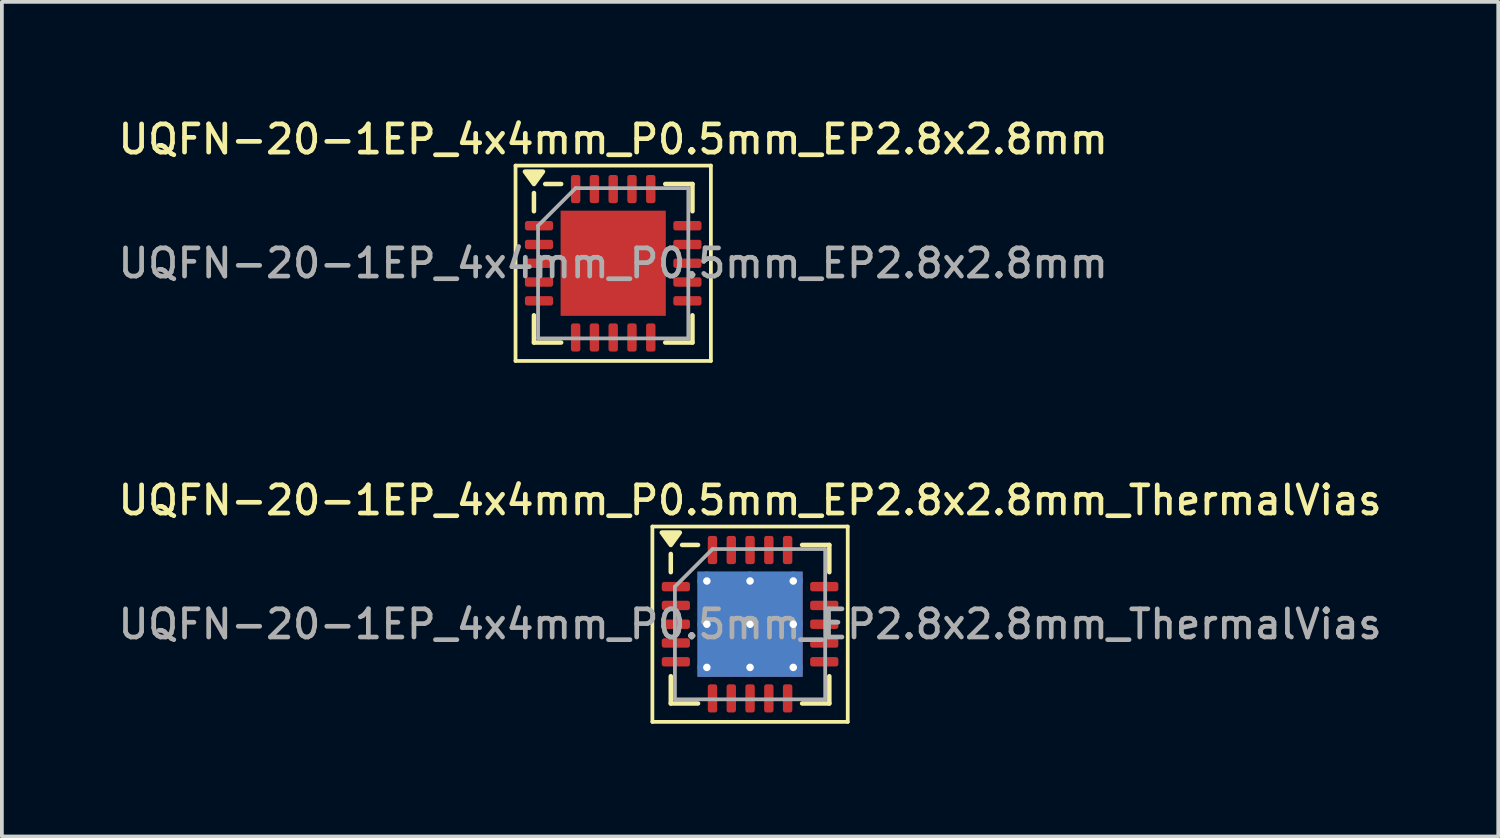
<source format=kicad_pcb>
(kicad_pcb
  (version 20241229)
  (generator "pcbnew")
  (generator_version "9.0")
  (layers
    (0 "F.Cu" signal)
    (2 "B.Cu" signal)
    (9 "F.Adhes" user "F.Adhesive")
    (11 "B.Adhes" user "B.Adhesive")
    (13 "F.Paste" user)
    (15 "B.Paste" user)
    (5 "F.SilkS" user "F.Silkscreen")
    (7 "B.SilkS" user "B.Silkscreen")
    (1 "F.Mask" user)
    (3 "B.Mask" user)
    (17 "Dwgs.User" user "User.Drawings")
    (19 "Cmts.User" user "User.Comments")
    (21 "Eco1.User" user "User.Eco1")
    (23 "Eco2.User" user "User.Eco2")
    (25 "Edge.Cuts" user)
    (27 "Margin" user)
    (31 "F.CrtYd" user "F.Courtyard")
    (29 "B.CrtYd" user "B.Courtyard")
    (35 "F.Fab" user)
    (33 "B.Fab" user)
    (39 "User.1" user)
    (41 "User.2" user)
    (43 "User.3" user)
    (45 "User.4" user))
  (footprint "UQFN-20-1EP_4x4mm_P0.5mm_EP2.8x2.8mm"
    (layer "F.Cu")
    (at 13.273 3.958)
    (property "Reference" "UQFN-20-1EP_4x4mm_P0.5mm_EP2.8x2.8mm" (at 0 -3.3 0) (layer "F.SilkS") (effects (font (size 0.75 0.75) (thickness 0.125))))
    (attr smd)
    (fp_line (start -2.6 -2.6) (end -2.6 2.6) (stroke (width 0.1) (type solid)) (layer "F.SilkS"))
    (fp_line (start -2.6 2.6) (end 2.6 2.6) (stroke (width 0.1) (type solid)) (layer "F.SilkS"))
    (fp_line (start -2.11 -1.385) (end -2.11 -1.87) (stroke (width 0.12) (type solid)) (layer "F.SilkS"))
    (fp_line (start -2.11 2.11) (end -2.11 1.385) (stroke (width 0.12) (type solid)) (layer "F.SilkS"))
    (fp_line (start -1.385 -2.11) (end -1.81 -2.11) (stroke (width 0.12) (type solid)) (layer "F.SilkS"))
    (fp_line (start -1.385 2.11) (end -2.11 2.11) (stroke (width 0.12) (type solid)) (layer "F.SilkS"))
    (fp_line (start 1.385 -2.11) (end 2.11 -2.11) (stroke (width 0.12) (type solid)) (layer "F.SilkS"))
    (fp_line (start 1.385 2.11) (end 2.11 2.11) (stroke (width 0.12) (type solid)) (layer "F.SilkS"))
    (fp_line (start 2.11 -2.11) (end 2.11 -1.385) (stroke (width 0.12) (type solid)) (layer "F.SilkS"))
    (fp_line (start 2.11 2.11) (end 2.11 1.385) (stroke (width 0.12) (type solid)) (layer "F.SilkS"))
    (fp_line (start 2.6 -2.6) (end -2.6 -2.6) (stroke (width 0.1) (type solid)) (layer "F.SilkS"))
    (fp_line (start 2.6 2.6) (end 2.6 -2.6) (stroke (width 0.1) (type solid)) (layer "F.SilkS"))
    (fp_poly (pts (xy -2.11 -2.11) (xy -2.35 -2.44) (xy -1.87 -2.44) (xy -2.11 -2.11)) (stroke (width 0.12) (type solid)) (fill yes) (layer "F.SilkS"))
    (fp_line (start -2 -1) (end -1 -2) (stroke (width 0.1) (type solid)) (layer "F.Fab"))
    (fp_line (start -2 2) (end -2 -1) (stroke (width 0.1) (type solid)) (layer "F.Fab"))
    (fp_line (start -1 -2) (end 2 -2) (stroke (width 0.1) (type solid)) (layer "F.Fab"))
    (fp_line (start 2 -2) (end 2 2) (stroke (width 0.1) (type solid)) (layer "F.Fab"))
    (fp_line (start 2 2) (end -2 2) (stroke (width 0.1) (type solid)) (layer "F.Fab"))
    (fp_text user "${REFERENCE}" (at 0 0 0) (layer "F.Fab") (effects (font (size 0.75 0.75) (thickness 0.125))))
    (pad "" smd roundrect (at -0.7 -0.7) (size 1.13 1.13) (layers "F.Paste") (roundrect_rratio 0.221))
    (pad "" smd roundrect (at -0.7 0.7) (size 1.13 1.13) (layers "F.Paste") (roundrect_rratio 0.221))
    (pad "" smd roundrect (at 0.7 -0.7) (size 1.13 1.13) (layers "F.Paste") (roundrect_rratio 0.221))
    (pad "" smd roundrect (at 0.7 0.7) (size 1.13 1.13) (layers "F.Paste") (roundrect_rratio 0.221))
    (pad "1" smd roundrect (at -1.975 -1) (size 0.75 0.25) (layers "F.Cu" "F.Mask" "F.Paste") (roundrect_rratio 0.25))
    (pad "2" smd roundrect (at -1.975 -0.5) (size 0.75 0.25) (layers "F.Cu" "F.Mask" "F.Paste") (roundrect_rratio 0.25))
    (pad "3" smd roundrect (at -1.975 0) (size 0.75 0.25) (layers "F.Cu" "F.Mask" "F.Paste") (roundrect_rratio 0.25))
    (pad "4" smd roundrect (at -1.975 0.5) (size 0.75 0.25) (layers "F.Cu" "F.Mask" "F.Paste") (roundrect_rratio 0.25))
    (pad "5" smd roundrect (at -1.975 1) (size 0.75 0.25) (layers "F.Cu" "F.Mask" "F.Paste") (roundrect_rratio 0.25))
    (pad "6" smd roundrect (at -1 1.975) (size 0.25 0.75) (layers "F.Cu" "F.Mask" "F.Paste") (roundrect_rratio 0.25))
    (pad "7" smd roundrect (at -0.5 1.975) (size 0.25 0.75) (layers "F.Cu" "F.Mask" "F.Paste") (roundrect_rratio 0.25))
    (pad "8" smd roundrect (at 0 1.975) (size 0.25 0.75) (layers "F.Cu" "F.Mask" "F.Paste") (roundrect_rratio 0.25))
    (pad "9" smd roundrect (at 0.5 1.975) (size 0.25 0.75) (layers "F.Cu" "F.Mask" "F.Paste") (roundrect_rratio 0.25))
    (pad "10" smd roundrect (at 1 1.975) (size 0.25 0.75) (layers "F.Cu" "F.Mask" "F.Paste") (roundrect_rratio 0.25))
    (pad "11" smd roundrect (at 1.975 1) (size 0.75 0.25) (layers "F.Cu" "F.Mask" "F.Paste") (roundrect_rratio 0.25))
    (pad "12" smd roundrect (at 1.975 0.5) (size 0.75 0.25) (layers "F.Cu" "F.Mask" "F.Paste") (roundrect_rratio 0.25))
    (pad "13" smd roundrect (at 1.975 0) (size 0.75 0.25) (layers "F.Cu" "F.Mask" "F.Paste") (roundrect_rratio 0.25))
    (pad "14" smd roundrect (at 1.975 -0.5) (size 0.75 0.25) (layers "F.Cu" "F.Mask" "F.Paste") (roundrect_rratio 0.25))
    (pad "15" smd roundrect (at 1.975 -1) (size 0.75 0.25) (layers "F.Cu" "F.Mask" "F.Paste") (roundrect_rratio 0.25))
    (pad "16" smd roundrect (at 1 -1.975) (size 0.25 0.75) (layers "F.Cu" "F.Mask" "F.Paste") (roundrect_rratio 0.25))
    (pad "17" smd roundrect (at 0.5 -1.975) (size 0.25 0.75) (layers "F.Cu" "F.Mask" "F.Paste") (roundrect_rratio 0.25))
    (pad "18" smd roundrect (at 0 -1.975) (size 0.25 0.75) (layers "F.Cu" "F.Mask" "F.Paste") (roundrect_rratio 0.25))
    (pad "19" smd roundrect (at -0.5 -1.975) (size 0.25 0.75) (layers "F.Cu" "F.Mask" "F.Paste") (roundrect_rratio 0.25))
    (pad "20" smd roundrect (at -1 -1.975) (size 0.25 0.75) (layers "F.Cu" "F.Mask" "F.Paste") (roundrect_rratio 0.25))
    (pad "21" smd rect (at 0 0) (size 2.8 2.8) (property pad_prop_heatsink) (layers "F.Cu" "F.Mask")))
  (footprint "UQFN-20-1EP_4x4mm_P0.5mm_EP2.8x2.8mm_ThermalVias"
    (layer "F.Cu")
    (at 16.916 13.566)
    (property "Reference" "UQFN-20-1EP_4x4mm_P0.5mm_EP2.8x2.8mm_ThermalVias" (at 0 -3.3 0) (layer "F.SilkS") (effects (font (size 0.75 0.75) (thickness 0.125))))
    (attr smd)
    (fp_line (start -2.6 -2.6) (end -2.6 2.6) (stroke (width 0.1) (type solid)) (layer "F.SilkS"))
    (fp_line (start -2.6 2.6) (end 2.6 2.6) (stroke (width 0.1) (type solid)) (layer "F.SilkS"))
    (fp_line (start -2.11 -1.385) (end -2.11 -1.87) (stroke (width 0.12) (type solid)) (layer "F.SilkS"))
    (fp_line (start -2.11 2.11) (end -2.11 1.385) (stroke (width 0.12) (type solid)) (layer "F.SilkS"))
    (fp_line (start -1.385 -2.11) (end -1.81 -2.11) (stroke (width 0.12) (type solid)) (layer "F.SilkS"))
    (fp_line (start -1.385 2.11) (end -2.11 2.11) (stroke (width 0.12) (type solid)) (layer "F.SilkS"))
    (fp_line (start 1.385 -2.11) (end 2.11 -2.11) (stroke (width 0.12) (type solid)) (layer "F.SilkS"))
    (fp_line (start 1.385 2.11) (end 2.11 2.11) (stroke (width 0.12) (type solid)) (layer "F.SilkS"))
    (fp_line (start 2.11 -2.11) (end 2.11 -1.385) (stroke (width 0.12) (type solid)) (layer "F.SilkS"))
    (fp_line (start 2.11 2.11) (end 2.11 1.385) (stroke (width 0.12) (type solid)) (layer "F.SilkS"))
    (fp_line (start 2.6 -2.6) (end -2.6 -2.6) (stroke (width 0.1) (type solid)) (layer "F.SilkS"))
    (fp_line (start 2.6 2.6) (end 2.6 -2.6) (stroke (width 0.1) (type solid)) (layer "F.SilkS"))
    (fp_poly (pts (xy -2.11 -2.11) (xy -2.35 -2.44) (xy -1.87 -2.44) (xy -2.11 -2.11)) (stroke (width 0.12) (type solid)) (fill yes) (layer "F.SilkS"))
    (fp_line (start -2 -1) (end -1 -2) (stroke (width 0.1) (type solid)) (layer "F.Fab"))
    (fp_line (start -2 2) (end -2 -1) (stroke (width 0.1) (type solid)) (layer "F.Fab"))
    (fp_line (start -1 -2) (end 2 -2) (stroke (width 0.1) (type solid)) (layer "F.Fab"))
    (fp_line (start 2 -2) (end 2 2) (stroke (width 0.1) (type solid)) (layer "F.Fab"))
    (fp_line (start 2 2) (end -2 2) (stroke (width 0.1) (type solid)) (layer "F.Fab"))
    (fp_text user "${REFERENCE}" (at 0 0 0) (layer "F.Fab") (effects (font (size 0.75 0.75) (thickness 0.125))))
    (pad "" smd roundrect (at -0.7 -0.7) (size 1.17 1.17) (layers "F.Paste") (roundrect_rratio 0.214))
    (pad "" smd roundrect (at -0.7 0.7) (size 1.17 1.17) (layers "F.Paste") (roundrect_rratio 0.214))
    (pad "" smd roundrect (at 0.7 -0.7) (size 1.17 1.17) (layers "F.Paste") (roundrect_rratio 0.214))
    (pad "" smd roundrect (at 0.7 0.7) (size 1.17 1.17) (layers "F.Paste") (roundrect_rratio 0.214))
    (pad "1" smd roundrect (at -1.975 -1) (size 0.75 0.25) (layers "F.Cu" "F.Mask" "F.Paste") (roundrect_rratio 0.25))
    (pad "2" smd roundrect (at -1.975 -0.5) (size 0.75 0.25) (layers "F.Cu" "F.Mask" "F.Paste") (roundrect_rratio 0.25))
    (pad "3" smd roundrect (at -1.975 0) (size 0.75 0.25) (layers "F.Cu" "F.Mask" "F.Paste") (roundrect_rratio 0.25))
    (pad "4" smd roundrect (at -1.975 0.5) (size 0.75 0.25) (layers "F.Cu" "F.Mask" "F.Paste") (roundrect_rratio 0.25))
    (pad "5" smd roundrect (at -1.975 1) (size 0.75 0.25) (layers "F.Cu" "F.Mask" "F.Paste") (roundrect_rratio 0.25))
    (pad "6" smd roundrect (at -1 1.975) (size 0.25 0.75) (layers "F.Cu" "F.Mask" "F.Paste") (roundrect_rratio 0.25))
    (pad "7" smd roundrect (at -0.5 1.975) (size 0.25 0.75) (layers "F.Cu" "F.Mask" "F.Paste") (roundrect_rratio 0.25))
    (pad "8" smd roundrect (at 0 1.975) (size 0.25 0.75) (layers "F.Cu" "F.Mask" "F.Paste") (roundrect_rratio 0.25))
    (pad "9" smd roundrect (at 0.5 1.975) (size 0.25 0.75) (layers "F.Cu" "F.Mask" "F.Paste") (roundrect_rratio 0.25))
    (pad "10" smd roundrect (at 1 1.975) (size 0.25 0.75) (layers "F.Cu" "F.Mask" "F.Paste") (roundrect_rratio 0.25))
    (pad "11" smd roundrect (at 1.975 1) (size 0.75 0.25) (layers "F.Cu" "F.Mask" "F.Paste") (roundrect_rratio 0.25))
    (pad "12" smd roundrect (at 1.975 0.5) (size 0.75 0.25) (layers "F.Cu" "F.Mask" "F.Paste") (roundrect_rratio 0.25))
    (pad "13" smd roundrect (at 1.975 0) (size 0.75 0.25) (layers "F.Cu" "F.Mask" "F.Paste") (roundrect_rratio 0.25))
    (pad "14" smd roundrect (at 1.975 -0.5) (size 0.75 0.25) (layers "F.Cu" "F.Mask" "F.Paste") (roundrect_rratio 0.25))
    (pad "15" smd roundrect (at 1.975 -1) (size 0.75 0.25) (layers "F.Cu" "F.Mask" "F.Paste") (roundrect_rratio 0.25))
    (pad "16" smd roundrect (at 1 -1.975) (size 0.25 0.75) (layers "F.Cu" "F.Mask" "F.Paste") (roundrect_rratio 0.25))
    (pad "17" smd roundrect (at 0.5 -1.975) (size 0.25 0.75) (layers "F.Cu" "F.Mask" "F.Paste") (roundrect_rratio 0.25))
    (pad "18" smd roundrect (at 0 -1.975) (size 0.25 0.75) (layers "F.Cu" "F.Mask" "F.Paste") (roundrect_rratio 0.25))
    (pad "19" smd roundrect (at -0.5 -1.975) (size 0.25 0.75) (layers "F.Cu" "F.Mask" "F.Paste") (roundrect_rratio 0.25))
    (pad "20" smd roundrect (at -1 -1.975) (size 0.25 0.75) (layers "F.Cu" "F.Mask" "F.Paste") (roundrect_rratio 0.25))
    (pad "21" thru_hole circle (at -1.15 -1.15) (size 0.5 0.5) (drill 0.2) (property pad_prop_heatsink) (layers "*.Cu"))
    (pad "21" thru_hole circle (at -1.15 0) (size 0.5 0.5) (drill 0.2) (property pad_prop_heatsink) (layers "*.Cu"))
    (pad "21" thru_hole circle (at -1.15 1.15) (size 0.5 0.5) (drill 0.2) (property pad_prop_heatsink) (layers "*.Cu"))
    (pad "21" thru_hole circle (at 0 -1.15) (size 0.5 0.5) (drill 0.2) (property pad_prop_heatsink) (layers "*.Cu"))
    (pad "21" thru_hole circle (at 0 0) (size 0.5 0.5) (drill 0.2) (property pad_prop_heatsink) (layers "*.Cu"))
    (pad "21" smd rect (at 0 0) (size 2.8 2.8) (property pad_prop_heatsink) (layers "F.Cu" "F.Mask"))
    (pad "21" smd rect (at 0 0) (size 2.8 2.8) (property pad_prop_heatsink) (layers "B.Cu"))
    (pad "21" thru_hole circle (at 0 1.15) (size 0.5 0.5) (drill 0.2) (property pad_prop_heatsink) (layers "*.Cu"))
    (pad "21" thru_hole circle (at 1.15 -1.15) (size 0.5 0.5) (drill 0.2) (property pad_prop_heatsink) (layers "*.Cu"))
    (pad "21" thru_hole circle (at 1.15 0) (size 0.5 0.5) (drill 0.2) (property pad_prop_heatsink) (layers "*.Cu"))
    (pad "21" thru_hole circle (at 1.15 1.15) (size 0.5 0.5) (drill 0.2) (property pad_prop_heatsink) (layers "*.Cu")))
  (gr_rect
    (start -3 -3)
    (end 36.832 19.216)
    (stroke (width 0.1) (type default))
    (fill no)
    (layer "Edge.Cuts")))
</source>
